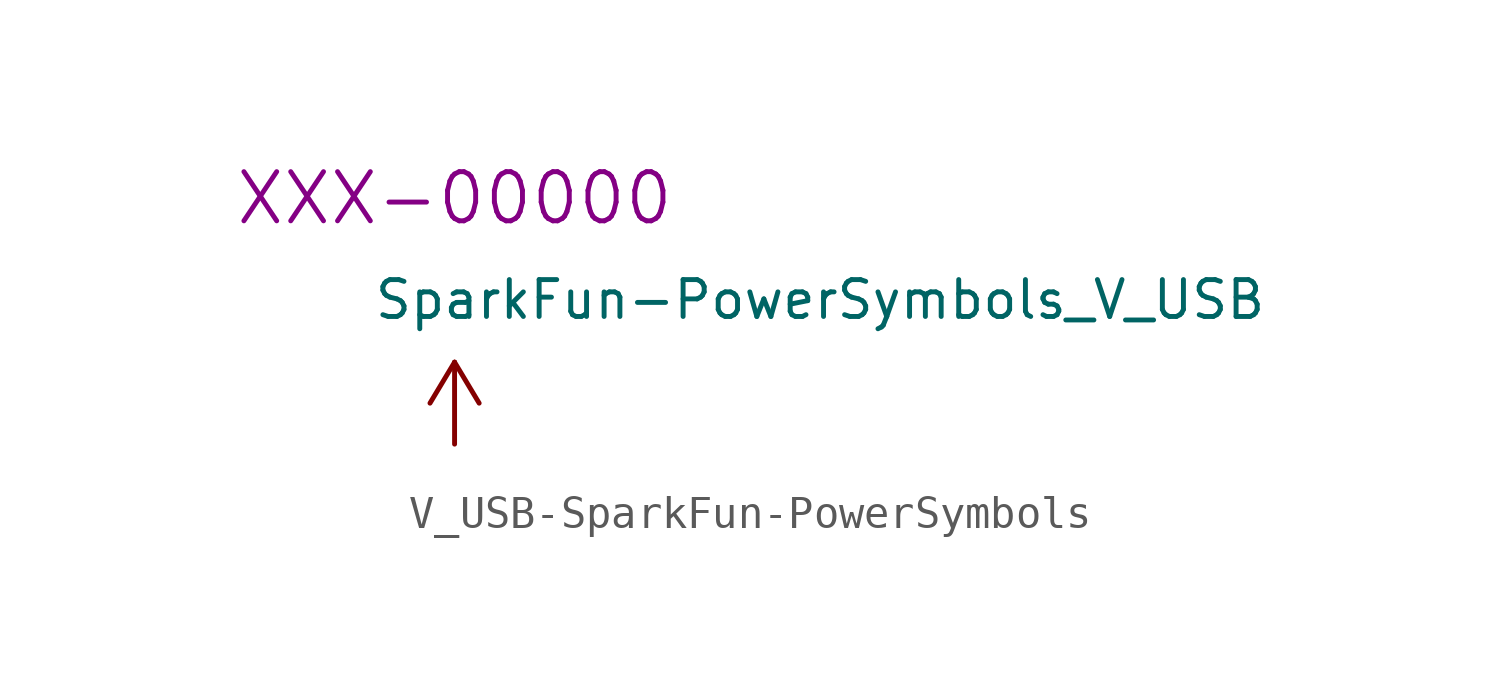
<source format=kicad_sym>
(kicad_symbol_lib
  (version 20231120)
  (generator "kicad_symbol_editor")
  (generator_version "8.0")
  (symbol "V_USB-SparkFun-PowerSymbols"
    (power)
    (pin_numbers hide)
    (pin_names
      (offset 1.016) hide)
    (property "Reference" "#SUPPLY"
      (at 1.27 0 0)
      (effects (font (size 1.143 1.143)) (justify left bottom) (hide yes)))
    (property "Value" "SparkFun-PowerSymbols_V_USB"
      (at -2.54 3.81 0)
      (effects (font (size 1.143 1.143)) (justify left bottom)))
    (property "Footprint" "XXX-00000"
      (at 0 7.62 0)
      (effects (font (size 1.524 1.524))))
    (property "ki_locked" ""
      (at 0 0 0)
      (effects (font (size 1.27 1.27))))
    (symbol "V_USB-SparkFun-PowerSymbols_1_0"
      (polyline (pts (xy 0 0) (xy 0 2.54)) (stroke (width 0) (type solid)) (fill (type none)))
      (polyline (pts (xy 0 2.54) (xy -0.762 1.27)) (stroke (width 0) (type solid)) (fill (type none)))
      (polyline (pts (xy 0.762 1.27) (xy 0 2.54)) (stroke (width 0) (type solid)) (fill (type none))))
    (symbol "V_USB-SparkFun-PowerSymbols_1_1"
      (pin power_in line (at 0 0 90) (length 0) hide (name "V_USB" (effects (font (size 1.016 1.016)))) (number "~" (effects (font (size 1.016 1.016))))))))
</source>
